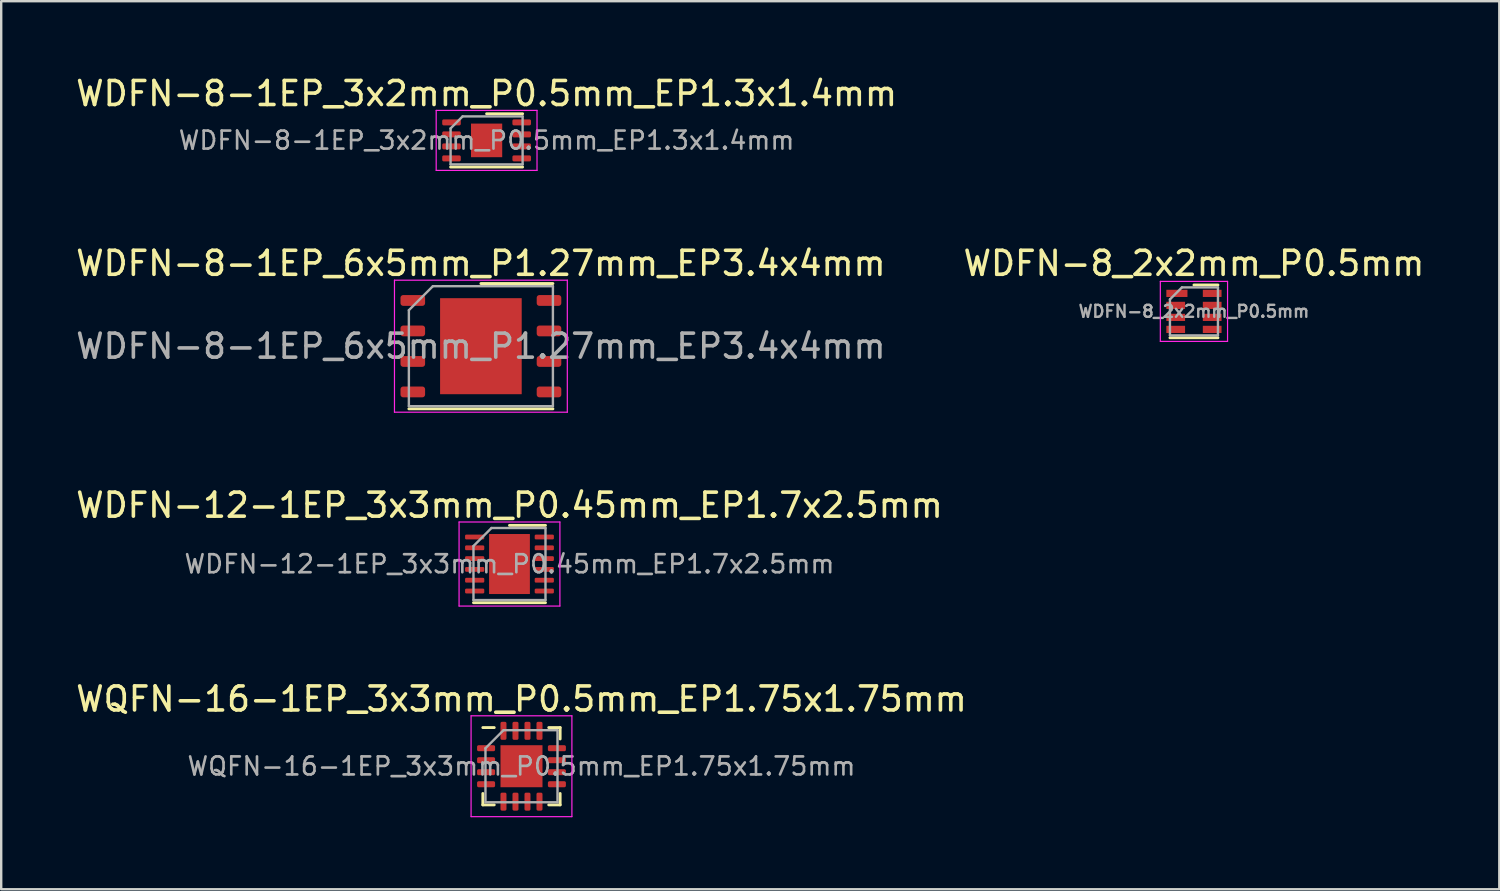
<source format=kicad_pcb>
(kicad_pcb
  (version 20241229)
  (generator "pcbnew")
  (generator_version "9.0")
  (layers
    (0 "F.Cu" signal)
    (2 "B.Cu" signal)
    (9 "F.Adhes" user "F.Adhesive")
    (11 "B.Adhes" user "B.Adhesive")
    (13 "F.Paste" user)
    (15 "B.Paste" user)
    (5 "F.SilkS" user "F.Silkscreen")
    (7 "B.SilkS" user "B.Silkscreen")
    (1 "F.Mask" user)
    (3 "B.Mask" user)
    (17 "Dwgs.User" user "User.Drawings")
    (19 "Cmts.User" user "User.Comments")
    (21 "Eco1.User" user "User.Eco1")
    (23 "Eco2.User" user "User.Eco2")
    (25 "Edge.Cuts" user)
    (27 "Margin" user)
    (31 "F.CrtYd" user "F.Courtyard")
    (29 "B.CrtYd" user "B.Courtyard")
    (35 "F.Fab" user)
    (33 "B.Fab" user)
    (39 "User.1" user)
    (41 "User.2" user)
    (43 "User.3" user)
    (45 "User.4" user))
  (footprint "WDFN-8-1EP_6x5mm_P1.27mm_EP3.4x4mm"
    (layer "F.Cu")
    (at 16.982 11.371)
    (property "Reference" "WDFN-8-1EP_6x5mm_P1.27mm_EP3.4x4mm" (at 0 -3.45 0) (layer "F.SilkS") (effects (font (size 1 1) (thickness 0.15))))
    (attr smd)
    (fp_line (start -3 2.61) (end 3 2.61) (stroke (width 0.12) (type solid)) (layer "F.SilkS"))
    (fp_line (start 0 -2.61) (end 3 -2.61) (stroke (width 0.12) (type solid)) (layer "F.SilkS"))
    (fp_line (start -3.6 -2.75) (end -3.6 2.75) (stroke (width 0.05) (type solid)) (layer "F.CrtYd"))
    (fp_line (start -3.6 2.75) (end 3.6 2.75) (stroke (width 0.05) (type solid)) (layer "F.CrtYd"))
    (fp_line (start 3.6 -2.75) (end -3.6 -2.75) (stroke (width 0.05) (type solid)) (layer "F.CrtYd"))
    (fp_line (start 3.6 2.75) (end 3.6 -2.75) (stroke (width 0.05) (type solid)) (layer "F.CrtYd"))
    (fp_line (start -3 -1.5) (end -2 -2.5) (stroke (width 0.1) (type solid)) (layer "F.Fab"))
    (fp_line (start -3 2.5) (end -3 -1.5) (stroke (width 0.1) (type solid)) (layer "F.Fab"))
    (fp_line (start -2 -2.5) (end 3 -2.5) (stroke (width 0.1) (type solid)) (layer "F.Fab"))
    (fp_line (start 3 -2.5) (end 3 2.5) (stroke (width 0.1) (type solid)) (layer "F.Fab"))
    (fp_line (start 3 2.5) (end -3 2.5) (stroke (width 0.1) (type solid)) (layer "F.Fab"))
    (fp_text user "${REFERENCE}" (at 0 0 0) (layer "F.Fab") (effects (font (size 1 1) (thickness 0.15))))
    (pad "" smd roundrect (at -0.85 -1) (size 1.37 1.61) (layers "F.Paste") (roundrect_rratio 0.182))
    (pad "" smd roundrect (at -0.85 1) (size 1.37 1.61) (layers "F.Paste") (roundrect_rratio 0.182))
    (pad "" smd roundrect (at 0.85 -1) (size 1.37 1.61) (layers "F.Paste") (roundrect_rratio 0.182))
    (pad "" smd roundrect (at 0.85 1) (size 1.37 1.61) (layers "F.Paste") (roundrect_rratio 0.182))
    (pad "1" smd roundrect (at -2.837 -1.905) (size 1.025 0.45) (layers "F.Cu" "F.Mask" "F.Paste") (roundrect_rratio 0.25))
    (pad "2" smd roundrect (at -2.837 -0.635) (size 1.025 0.45) (layers "F.Cu" "F.Mask" "F.Paste") (roundrect_rratio 0.25))
    (pad "3" smd roundrect (at -2.837 0.635) (size 1.025 0.45) (layers "F.Cu" "F.Mask" "F.Paste") (roundrect_rratio 0.25))
    (pad "4" smd roundrect (at -2.837 1.905) (size 1.025 0.45) (layers "F.Cu" "F.Mask" "F.Paste") (roundrect_rratio 0.25))
    (pad "5" smd roundrect (at 2.837 1.905) (size 1.025 0.45) (layers "F.Cu" "F.Mask" "F.Paste") (roundrect_rratio 0.25))
    (pad "6" smd roundrect (at 2.837 0.635) (size 1.025 0.45) (layers "F.Cu" "F.Mask" "F.Paste") (roundrect_rratio 0.25))
    (pad "7" smd roundrect (at 2.837 -0.635) (size 1.025 0.45) (layers "F.Cu" "F.Mask" "F.Paste") (roundrect_rratio 0.25))
    (pad "8" smd roundrect (at 2.837 -1.905) (size 1.025 0.45) (layers "F.Cu" "F.Mask" "F.Paste") (roundrect_rratio 0.25))
    (pad "9" smd rect (at 0 0) (size 3.4 4) (layers "F.Cu" "F.Mask")))
  (footprint "WDFN-8-1EP_3x2mm_P0.5mm_EP1.3x1.4mm"
    (layer "F.Cu")
    (at 17.22 2.798)
    (property "Reference" "WDFN-8-1EP_3x2mm_P0.5mm_EP1.3x1.4mm" (at 0 -1.95 0) (layer "F.SilkS") (effects (font (size 1 1) (thickness 0.15))))
    (attr smd)
    (fp_line (start -1.5 1.11) (end 1.5 1.11) (stroke (width 0.12) (type solid)) (layer "F.SilkS"))
    (fp_line (start 0 -1.11) (end 1.5 -1.11) (stroke (width 0.12) (type solid)) (layer "F.SilkS"))
    (fp_line (start -2.1 -1.25) (end -2.1 1.25) (stroke (width 0.05) (type solid)) (layer "F.CrtYd"))
    (fp_line (start -2.1 1.25) (end 2.1 1.25) (stroke (width 0.05) (type solid)) (layer "F.CrtYd"))
    (fp_line (start 2.1 -1.25) (end -2.1 -1.25) (stroke (width 0.05) (type solid)) (layer "F.CrtYd"))
    (fp_line (start 2.1 1.25) (end 2.1 -1.25) (stroke (width 0.05) (type solid)) (layer "F.CrtYd"))
    (fp_line (start -1.5 -0.5) (end -1 -1) (stroke (width 0.1) (type solid)) (layer "F.Fab"))
    (fp_line (start -1.5 1) (end -1.5 -0.5) (stroke (width 0.1) (type solid)) (layer "F.Fab"))
    (fp_line (start -1 -1) (end 1.5 -1) (stroke (width 0.1) (type solid)) (layer "F.Fab"))
    (fp_line (start 1.5 -1) (end 1.5 1) (stroke (width 0.1) (type solid)) (layer "F.Fab"))
    (fp_line (start 1.5 1) (end -1.5 1) (stroke (width 0.1) (type solid)) (layer "F.Fab"))
    (fp_text user "${REFERENCE}" (at 0 0 0) (layer "F.Fab") (effects (font (size 0.75 0.75) (thickness 0.11))))
    (pad "" smd roundrect (at -0.325 -0.35) (size 0.52 0.56) (layers "F.Paste") (roundrect_rratio 0.25))
    (pad "" smd roundrect (at -0.325 0.35) (size 0.52 0.56) (layers "F.Paste") (roundrect_rratio 0.25))
    (pad "" smd roundrect (at 0.325 -0.35) (size 0.52 0.56) (layers "F.Paste") (roundrect_rratio 0.25))
    (pad "" smd roundrect (at 0.325 0.35) (size 0.52 0.56) (layers "F.Paste") (roundrect_rratio 0.25))
    (pad "1" smd roundrect (at -1.462 -0.75) (size 0.775 0.25) (layers "F.Cu" "F.Mask" "F.Paste") (roundrect_rratio 0.25))
    (pad "2" smd roundrect (at -1.462 -0.25) (size 0.775 0.25) (layers "F.Cu" "F.Mask" "F.Paste") (roundrect_rratio 0.25))
    (pad "3" smd roundrect (at -1.462 0.25) (size 0.775 0.25) (layers "F.Cu" "F.Mask" "F.Paste") (roundrect_rratio 0.25))
    (pad "4" smd roundrect (at -1.462 0.75) (size 0.775 0.25) (layers "F.Cu" "F.Mask" "F.Paste") (roundrect_rratio 0.25))
    (pad "5" smd roundrect (at 1.462 0.75) (size 0.775 0.25) (layers "F.Cu" "F.Mask" "F.Paste") (roundrect_rratio 0.25))
    (pad "6" smd roundrect (at 1.462 0.25) (size 0.775 0.25) (layers "F.Cu" "F.Mask" "F.Paste") (roundrect_rratio 0.25))
    (pad "7" smd roundrect (at 1.462 -0.25) (size 0.775 0.25) (layers "F.Cu" "F.Mask" "F.Paste") (roundrect_rratio 0.25))
    (pad "8" smd roundrect (at 1.462 -0.75) (size 0.775 0.25) (layers "F.Cu" "F.Mask" "F.Paste") (roundrect_rratio 0.25))
    (pad "9" smd rect (at 0 0) (size 1.3 1.4) (layers "F.Cu" "F.Mask")))
  (footprint "WDFN-8_2x2mm_P0.5mm"
    (layer "F.Cu")
    (at 46.685 9.921)
    (property "Reference" "WDFN-8_2x2mm_P0.5mm" (at 0 -2 0) (layer "F.SilkS") (effects (font (size 1 1) (thickness 0.15))))
    (attr smd)
    (fp_line (start -1 1.1) (end 1 1.1) (stroke (width 0.12) (type solid)) (layer "F.SilkS"))
    (fp_line (start 0 -1.1) (end 1 -1.1) (stroke (width 0.12) (type solid)) (layer "F.SilkS"))
    (fp_line (start -1.4 -1.25) (end -1.4 1.25) (stroke (width 0.05) (type solid)) (layer "F.CrtYd"))
    (fp_line (start -1.4 -1.25) (end 1.4 -1.25) (stroke (width 0.05) (type solid)) (layer "F.CrtYd"))
    (fp_line (start -1.4 1.25) (end 1.4 1.25) (stroke (width 0.05) (type solid)) (layer "F.CrtYd"))
    (fp_line (start 1.4 -1.25) (end 1.4 1.25) (stroke (width 0.05) (type solid)) (layer "F.CrtYd"))
    (fp_line (start -1 -0.5) (end -0.5 -1) (stroke (width 0.1) (type solid)) (layer "F.Fab"))
    (fp_line (start -1 1) (end -1 -0.5) (stroke (width 0.1) (type solid)) (layer "F.Fab"))
    (fp_line (start -0.5 -1) (end 1 -1) (stroke (width 0.1) (type solid)) (layer "F.Fab"))
    (fp_line (start 1 -1) (end 1 1) (stroke (width 0.1) (type solid)) (layer "F.Fab"))
    (fp_line (start 1 1) (end -1 1) (stroke (width 0.1) (type solid)) (layer "F.Fab"))
    (fp_text user "${REFERENCE}" (at 0 0 0) (layer "F.Fab") (effects (font (size 0.5 0.5) (thickness 0.1))))
    (pad "1" smd rect (at -0.71 -0.75) (size 0.88 0.3) (layers "F.Cu" "F.Mask" "F.Paste"))
    (pad "2" smd rect (at -0.76 -0.25) (size 0.78 0.3) (layers "F.Cu" "F.Mask" "F.Paste"))
    (pad "3" smd rect (at -0.76 0.25) (size 0.78 0.3) (layers "F.Cu" "F.Mask" "F.Paste"))
    (pad "4" smd rect (at -0.76 0.75) (size 0.78 0.3) (layers "F.Cu" "F.Mask" "F.Paste"))
    (pad "5" smd rect (at 0.76 0.75) (size 0.78 0.3) (layers "F.Cu" "F.Mask" "F.Paste"))
    (pad "6" smd rect (at 0.76 0.25) (size 0.78 0.3) (layers "F.Cu" "F.Mask" "F.Paste"))
    (pad "7" smd rect (at 0.76 -0.25) (size 0.78 0.3) (layers "F.Cu" "F.Mask" "F.Paste"))
    (pad "8" smd rect (at 0.76 -0.75) (size 0.78 0.3) (layers "F.Cu" "F.Mask" "F.Paste")))
  (footprint "WQFN-16-1EP_3x3mm_P0.5mm_EP1.75x1.75mm"
    (layer "F.Cu")
    (at 18.673 28.868)
    (property "Reference" "WQFN-16-1EP_3x3mm_P0.5mm_EP1.75x1.75mm" (at 0 -2.8 0) (layer "F.SilkS") (effects (font (size 1 1) (thickness 0.15))))
    (attr smd)
    (fp_line (start -1.61 1.61) (end -1.61 1.135) (stroke (width 0.12) (type solid)) (layer "F.SilkS"))
    (fp_line (start -1.135 -1.61) (end -1.61 -1.61) (stroke (width 0.12) (type solid)) (layer "F.SilkS"))
    (fp_line (start -1.135 1.61) (end -1.61 1.61) (stroke (width 0.12) (type solid)) (layer "F.SilkS"))
    (fp_line (start 1.135 -1.61) (end 1.61 -1.61) (stroke (width 0.12) (type solid)) (layer "F.SilkS"))
    (fp_line (start 1.135 1.61) (end 1.61 1.61) (stroke (width 0.12) (type solid)) (layer "F.SilkS"))
    (fp_line (start 1.61 -1.61) (end 1.61 -1.135) (stroke (width 0.12) (type solid)) (layer "F.SilkS"))
    (fp_line (start 1.61 1.61) (end 1.61 1.135) (stroke (width 0.12) (type solid)) (layer "F.SilkS"))
    (fp_line (start -2.1 -2.1) (end -2.1 2.1) (stroke (width 0.05) (type solid)) (layer "F.CrtYd"))
    (fp_line (start -2.1 2.1) (end 2.1 2.1) (stroke (width 0.05) (type solid)) (layer "F.CrtYd"))
    (fp_line (start 2.1 -2.1) (end -2.1 -2.1) (stroke (width 0.05) (type solid)) (layer "F.CrtYd"))
    (fp_line (start 2.1 2.1) (end 2.1 -2.1) (stroke (width 0.05) (type solid)) (layer "F.CrtYd"))
    (fp_line (start -1.5 -0.75) (end -0.75 -1.5) (stroke (width 0.1) (type solid)) (layer "F.Fab"))
    (fp_line (start -1.5 1.5) (end -1.5 -0.75) (stroke (width 0.1) (type solid)) (layer "F.Fab"))
    (fp_line (start -0.75 -1.5) (end 1.5 -1.5) (stroke (width 0.1) (type solid)) (layer "F.Fab"))
    (fp_line (start 1.5 -1.5) (end 1.5 1.5) (stroke (width 0.1) (type solid)) (layer "F.Fab"))
    (fp_line (start 1.5 1.5) (end -1.5 1.5) (stroke (width 0.1) (type solid)) (layer "F.Fab"))
    (fp_text user "${REFERENCE}" (at 0 0 0) (layer "F.Fab") (effects (font (size 0.75 0.75) (thickness 0.11))))
    (pad "" smd roundrect (at -0.44 -0.44) (size 0.71 0.71) (layers "F.Paste") (roundrect_rratio 0.25))
    (pad "" smd roundrect (at -0.44 0.44) (size 0.71 0.71) (layers "F.Paste") (roundrect_rratio 0.25))
    (pad "" smd roundrect (at 0.44 -0.44) (size 0.71 0.71) (layers "F.Paste") (roundrect_rratio 0.25))
    (pad "" smd roundrect (at 0.44 0.44) (size 0.71 0.71) (layers "F.Paste") (roundrect_rratio 0.25))
    (pad "1" smd roundrect (at -1.475 -0.75) (size 0.75 0.25) (layers "F.Cu" "F.Mask" "F.Paste") (roundrect_rratio 0.25))
    (pad "2" smd roundrect (at -1.475 -0.25) (size 0.75 0.25) (layers "F.Cu" "F.Mask" "F.Paste") (roundrect_rratio 0.25))
    (pad "3" smd roundrect (at -1.475 0.25) (size 0.75 0.25) (layers "F.Cu" "F.Mask" "F.Paste") (roundrect_rratio 0.25))
    (pad "4" smd roundrect (at -1.475 0.75) (size 0.75 0.25) (layers "F.Cu" "F.Mask" "F.Paste") (roundrect_rratio 0.25))
    (pad "5" smd roundrect (at -0.75 1.475) (size 0.25 0.75) (layers "F.Cu" "F.Mask" "F.Paste") (roundrect_rratio 0.25))
    (pad "6" smd roundrect (at -0.25 1.475) (size 0.25 0.75) (layers "F.Cu" "F.Mask" "F.Paste") (roundrect_rratio 0.25))
    (pad "7" smd roundrect (at 0.25 1.475) (size 0.25 0.75) (layers "F.Cu" "F.Mask" "F.Paste") (roundrect_rratio 0.25))
    (pad "8" smd roundrect (at 0.75 1.475) (size 0.25 0.75) (layers "F.Cu" "F.Mask" "F.Paste") (roundrect_rratio 0.25))
    (pad "9" smd roundrect (at 1.475 0.75) (size 0.75 0.25) (layers "F.Cu" "F.Mask" "F.Paste") (roundrect_rratio 0.25))
    (pad "10" smd roundrect (at 1.475 0.25) (size 0.75 0.25) (layers "F.Cu" "F.Mask" "F.Paste") (roundrect_rratio 0.25))
    (pad "11" smd roundrect (at 1.475 -0.25) (size 0.75 0.25) (layers "F.Cu" "F.Mask" "F.Paste") (roundrect_rratio 0.25))
    (pad "12" smd roundrect (at 1.475 -0.75) (size 0.75 0.25) (layers "F.Cu" "F.Mask" "F.Paste") (roundrect_rratio 0.25))
    (pad "13" smd roundrect (at 0.75 -1.475) (size 0.25 0.75) (layers "F.Cu" "F.Mask" "F.Paste") (roundrect_rratio 0.25))
    (pad "14" smd roundrect (at 0.25 -1.475) (size 0.25 0.75) (layers "F.Cu" "F.Mask" "F.Paste") (roundrect_rratio 0.25))
    (pad "15" smd roundrect (at -0.25 -1.475) (size 0.25 0.75) (layers "F.Cu" "F.Mask" "F.Paste") (roundrect_rratio 0.25))
    (pad "16" smd roundrect (at -0.75 -1.475) (size 0.25 0.75) (layers "F.Cu" "F.Mask" "F.Paste") (roundrect_rratio 0.25))
    (pad "17" smd rect (at 0 0) (size 1.75 1.75) (layers "F.Cu" "F.Mask")))
  (footprint "WDFN-12-1EP_3x3mm_P0.45mm_EP1.7x2.5mm"
    (layer "F.Cu")
    (at 18.173 20.445)
    (property "Reference" "WDFN-12-1EP_3x3mm_P0.45mm_EP1.7x2.5mm" (at 0 -2.45 0) (layer "F.SilkS") (effects (font (size 1 1) (thickness 0.15))))
    (attr smd)
    (fp_line (start -1.5 1.61) (end 1.5 1.61) (stroke (width 0.12) (type solid)) (layer "F.SilkS"))
    (fp_line (start 0 -1.61) (end 1.5 -1.61) (stroke (width 0.12) (type solid)) (layer "F.SilkS"))
    (fp_line (start -2.1 -1.75) (end -2.1 1.75) (stroke (width 0.05) (type solid)) (layer "F.CrtYd"))
    (fp_line (start -2.1 1.75) (end 2.1 1.75) (stroke (width 0.05) (type solid)) (layer "F.CrtYd"))
    (fp_line (start 2.1 -1.75) (end -2.1 -1.75) (stroke (width 0.05) (type solid)) (layer "F.CrtYd"))
    (fp_line (start 2.1 1.75) (end 2.1 -1.75) (stroke (width 0.05) (type solid)) (layer "F.CrtYd"))
    (fp_line (start -1.5 -0.75) (end -0.75 -1.5) (stroke (width 0.1) (type solid)) (layer "F.Fab"))
    (fp_line (start -1.5 1.5) (end -1.5 -0.75) (stroke (width 0.1) (type solid)) (layer "F.Fab"))
    (fp_line (start -0.75 -1.5) (end 1.5 -1.5) (stroke (width 0.1) (type solid)) (layer "F.Fab"))
    (fp_line (start 1.5 -1.5) (end 1.5 1.5) (stroke (width 0.1) (type solid)) (layer "F.Fab"))
    (fp_line (start 1.5 1.5) (end -1.5 1.5) (stroke (width 0.1) (type solid)) (layer "F.Fab"))
    (fp_text user "${REFERENCE}" (at 0 0 0) (layer "F.Fab") (effects (font (size 0.75 0.75) (thickness 0.11))))
    (pad "" smd roundrect (at -0.425 -0.625) (size 0.69 1.01) (layers "F.Paste") (roundrect_rratio 0.25))
    (pad "" smd roundrect (at -0.425 0.625) (size 0.69 1.01) (layers "F.Paste") (roundrect_rratio 0.25))
    (pad "" smd roundrect (at 0.425 -0.625) (size 0.69 1.01) (layers "F.Paste") (roundrect_rratio 0.25))
    (pad "" smd roundrect (at 0.425 0.625) (size 0.69 1.01) (layers "F.Paste") (roundrect_rratio 0.25))
    (pad "1" smd roundrect (at -1.45 -1.125) (size 0.8 0.2) (layers "F.Cu" "F.Mask" "F.Paste") (roundrect_rratio 0.25))
    (pad "2" smd roundrect (at -1.45 -0.675) (size 0.8 0.2) (layers "F.Cu" "F.Mask" "F.Paste") (roundrect_rratio 0.25))
    (pad "3" smd roundrect (at -1.45 -0.225) (size 0.8 0.2) (layers "F.Cu" "F.Mask" "F.Paste") (roundrect_rratio 0.25))
    (pad "4" smd roundrect (at -1.45 0.225) (size 0.8 0.2) (layers "F.Cu" "F.Mask" "F.Paste") (roundrect_rratio 0.25))
    (pad "5" smd roundrect (at -1.45 0.675) (size 0.8 0.2) (layers "F.Cu" "F.Mask" "F.Paste") (roundrect_rratio 0.25))
    (pad "6" smd roundrect (at -1.45 1.125) (size 0.8 0.2) (layers "F.Cu" "F.Mask" "F.Paste") (roundrect_rratio 0.25))
    (pad "7" smd roundrect (at 1.45 1.125) (size 0.8 0.2) (layers "F.Cu" "F.Mask" "F.Paste") (roundrect_rratio 0.25))
    (pad "8" smd roundrect (at 1.45 0.675) (size 0.8 0.2) (layers "F.Cu" "F.Mask" "F.Paste") (roundrect_rratio 0.25))
    (pad "9" smd roundrect (at 1.45 0.225) (size 0.8 0.2) (layers "F.Cu" "F.Mask" "F.Paste") (roundrect_rratio 0.25))
    (pad "10" smd roundrect (at 1.45 -0.225) (size 0.8 0.2) (layers "F.Cu" "F.Mask" "F.Paste") (roundrect_rratio 0.25))
    (pad "11" smd roundrect (at 1.45 -0.675) (size 0.8 0.2) (layers "F.Cu" "F.Mask" "F.Paste") (roundrect_rratio 0.25))
    (pad "12" smd roundrect (at 1.45 -1.125) (size 0.8 0.2) (layers "F.Cu" "F.Mask" "F.Paste") (roundrect_rratio 0.25))
    (pad "13" smd rect (at 0 0) (size 1.7 2.5) (layers "F.Cu" "F.Mask")))
  (gr_rect
    (start -3 -3)
    (end 59.405 33.993)
    (stroke (width 0.1) (type default))
    (fill no)
    (layer "Edge.Cuts")))
</source>
